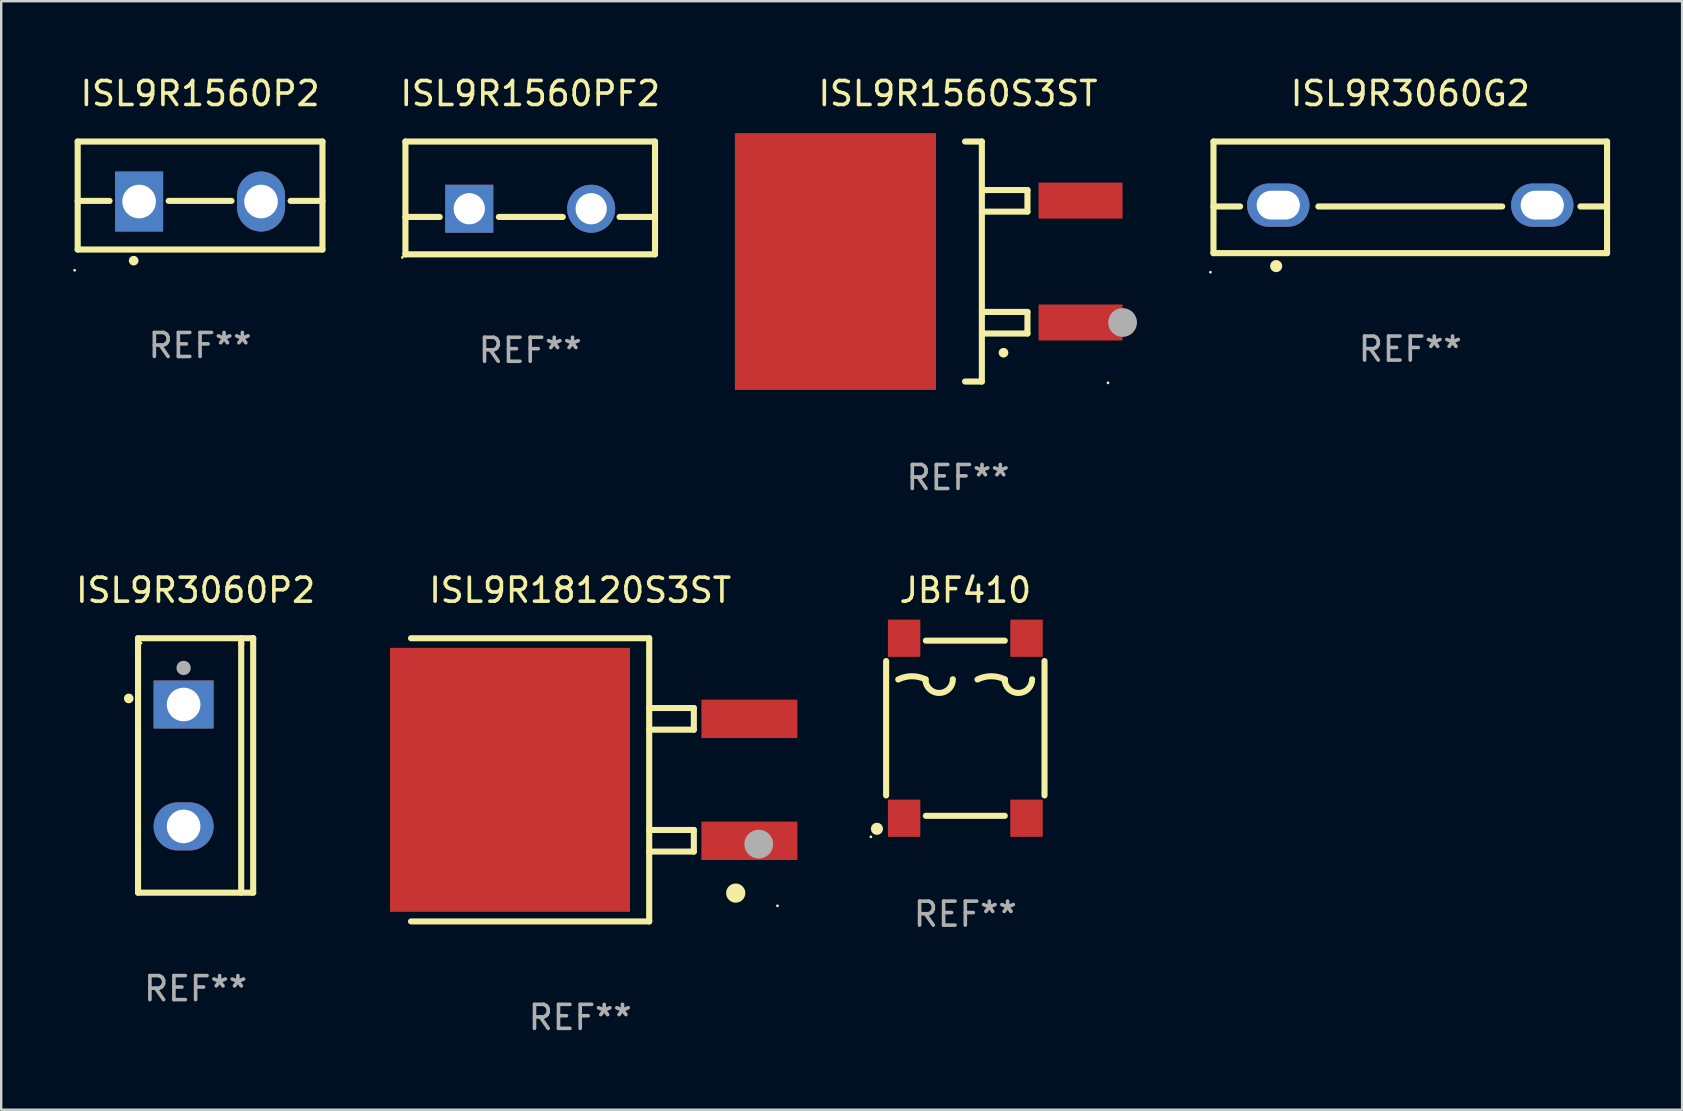
<source format=kicad_pcb>
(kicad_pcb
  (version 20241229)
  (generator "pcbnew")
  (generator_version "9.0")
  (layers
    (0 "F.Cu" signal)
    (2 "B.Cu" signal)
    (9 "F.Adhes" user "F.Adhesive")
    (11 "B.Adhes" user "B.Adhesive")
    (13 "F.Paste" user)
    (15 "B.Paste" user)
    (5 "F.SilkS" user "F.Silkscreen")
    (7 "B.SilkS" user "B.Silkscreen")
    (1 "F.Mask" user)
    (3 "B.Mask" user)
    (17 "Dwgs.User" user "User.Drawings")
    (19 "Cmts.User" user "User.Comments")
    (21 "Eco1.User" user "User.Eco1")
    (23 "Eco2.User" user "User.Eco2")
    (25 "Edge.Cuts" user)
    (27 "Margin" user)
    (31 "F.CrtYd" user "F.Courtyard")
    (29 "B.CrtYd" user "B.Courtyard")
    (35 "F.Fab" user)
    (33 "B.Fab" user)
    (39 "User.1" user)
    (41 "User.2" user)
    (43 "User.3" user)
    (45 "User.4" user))
  (footprint "ISL9R1560S3ST"
    (layer "F.Cu")
    (at 36.87 7.848)
    (property "Reference" "ISL9R1560S3ST" (at 0 -7 0) (layer "F.SilkS") (effects (font (size 1 1) (thickness 0.15))))
    (attr through_hole)
    (fp_line (start 0.293 -5) (end 0.993 -5) (stroke (width 0.254) (type solid)) (layer "F.SilkS"))
    (fp_line (start 0.993 -5) (end 0.993 5) (stroke (width 0.254) (type solid)) (layer "F.SilkS"))
    (fp_line (start 0.993 -2.08) (end 2.893 -2.08) (stroke (width 0.254) (type solid)) (layer "F.SilkS"))
    (fp_line (start 0.993 3) (end 2.893 3) (stroke (width 0.254) (type solid)) (layer "F.SilkS"))
    (fp_line (start 0.993 5) (end 0.293 5) (stroke (width 0.254) (type solid)) (layer "F.SilkS"))
    (fp_line (start 2.893 -2.98) (end 0.993 -2.98) (stroke (width 0.254) (type solid)) (layer "F.SilkS"))
    (fp_line (start 2.893 -2.08) (end 2.893 -2.98) (stroke (width 0.254) (type solid)) (layer "F.SilkS"))
    (fp_line (start 2.893 2.1) (end 0.993 2.1) (stroke (width 0.254) (type solid)) (layer "F.SilkS"))
    (fp_line (start 2.893 3) (end 2.893 2.1) (stroke (width 0.254) (type solid)) (layer "F.SilkS"))
    (fp_arc (start 1.893447 3.79986) (mid 1.894717 3.799856) (end 1.895987 3.79986) (stroke (width 0.4) (type solid)) (layer "F.SilkS"))
    (fp_circle (center 6.248 5.055) (end 6.278 5.055) (stroke (width 0.06) (type solid)) (fill no) (layer "F.SilkS"))
    (fp_circle (center 6.858 2.54) (end 7.158 2.54) (stroke (width 0.6) (type solid)) (fill no) (layer "F.Fab"))
    (fp_text user "REF**" (at 0 9 0) (layer "F.Fab") (effects (font (size 1 1) (thickness 0.15))))
    (pad "1" smd rect (at 5.107 2.54) (size 3.5 1.5) (layers "F.Cu" "F.Mask" "F.Paste"))
    (pad "2" smd rect (at -5.107 -0.000241) (size 8.38 10.7) (layers "F.Cu" "F.Mask" "F.Paste"))
    (pad "3" smd rect (at 5.106 -2.54) (size 3.5 1.5) (layers "F.Cu" "F.Mask" "F.Paste")))
  (footprint "ISL9R1560P2"
    (layer "F.Cu")
    (at 5.287 5.098)
    (property "Reference" "ISL9R1560P2" (at 0 -4.25 0) (layer "F.SilkS") (effects (font (size 1 1) (thickness 0.15))))
    (attr through_hole)
    (fp_line (start -5.1 -2.25) (end -5.1 2.25) (stroke (width 0.254) (type solid)) (layer "F.SilkS"))
    (fp_line (start -5.1 0.224) (end -3.772 0.224) (stroke (width 0.254) (type solid)) (layer "F.SilkS"))
    (fp_line (start -5.1 2.25) (end 5.1 2.25) (stroke (width 0.254) (type solid)) (layer "F.SilkS"))
    (fp_line (start -1.308 0.224) (end 1.309 0.224) (stroke (width 0.254) (type solid)) (layer "F.SilkS"))
    (fp_line (start 3.771 0.224) (end 5.1 0.224) (stroke (width 0.254) (type solid)) (layer "F.SilkS"))
    (fp_line (start 5.1 -2.25) (end -5.1 -2.25) (stroke (width 0.254) (type solid)) (layer "F.SilkS"))
    (fp_line (start 5.1 -2.25) (end 5.1 2.25) (stroke (width 0.254) (type solid)) (layer "F.SilkS"))
    (fp_arc (start -2.768606 2.713805) (mid -2.767336 2.713801) (end -2.766066 2.713805) (stroke (width 0.4) (type solid)) (layer "F.SilkS"))
    (fp_circle (center -5.227 3.114) (end -5.197 3.114) (stroke (width 0.06) (type solid)) (fill no) (layer "F.SilkS"))
    (fp_text user "REF**" (at 0 6.25 0) (layer "F.Fab") (effects (font (size 1 1) (thickness 0.15))))
    (pad "1" thru_hole rect (at -2.54 0.25) (size 2 2.5) (drill 1.4) (layers "*.Cu" "*.Mask"))
    (pad "3" thru_hole oval (at 2.54 0.25) (size 2 2.5) (drill 1.4) (layers "*.Cu" "*.Mask")))
  (footprint "ISL9R3060P2"
    (layer "F.Cu")
    (at 5.101 28.846)
    (property "Reference" "ISL9R3060P2" (at 0 -7.301 0) (layer "F.SilkS") (effects (font (size 1 1) (thickness 0.15))))
    (attr through_hole)
    (fp_line (start -2.399 -5.301) (end 2.394 -5.301) (stroke (width 0.254) (type solid)) (layer "F.SilkS"))
    (fp_line (start -2.399 5.301) (end -2.399 -5.301) (stroke (width 0.254) (type solid)) (layer "F.SilkS"))
    (fp_line (start 1.9 -5.061) (end 1.9 -5.3) (stroke (width 0.254) (type solid)) (layer "F.SilkS"))
    (fp_line (start 1.9 5.3) (end 1.9 -5.061) (stroke (width 0.254) (type solid)) (layer "F.SilkS"))
    (fp_line (start 2.394 -5.301) (end 2.399 -5.301) (stroke (width 0.254) (type solid)) (layer "F.SilkS"))
    (fp_line (start 2.399 -5.301) (end 2.399 5.301) (stroke (width 0.254) (type solid)) (layer "F.SilkS"))
    (fp_line (start 2.399 5.301) (end -2.399 5.301) (stroke (width 0.254) (type solid)) (layer "F.SilkS"))
    (fp_arc (start -2.786043 -2.791466) (mid -2.786047 -2.792736) (end -2.786043 -2.794006) (stroke (width 0.4) (type solid)) (layer "F.SilkS"))
    (fp_circle (center -2.275 -5.1) (end -2.245 -5.1) (stroke (width 0.06) (type solid)) (fill no) (layer "F.SilkS"))
    (fp_circle (center -0.5 -4.064) (end -0.35 -4.064) (stroke (width 0.3) (type solid)) (fill no) (layer "F.Fab"))
    (fp_text user "REF**" (at 0 9.301 0) (layer "F.Fab") (effects (font (size 1 1) (thickness 0.15))))
    (pad "1" thru_hole rect (at -0.5 -2.54 270) (size 2 2.5) (drill 1.4) (layers "*.Cu" "*.Mask"))
    (pad "3" thru_hole oval (at -0.5 2.54 270) (size 2 2.5) (drill 1.4) (layers "*.Cu" "*.Mask")))
  (footprint "JBF410"
    (layer "F.Cu")
    (at 37.174 27.295)
    (property "Reference" "JBF410" (at 0 -5.75 0) (layer "F.SilkS") (effects (font (size 1 1) (thickness 0.15))))
    (attr through_hole)
    (fp_line (start -3.3 -2.8) (end -3.3 2.8) (stroke (width 0.254) (type solid)) (layer "F.SilkS"))
    (fp_line (start -1.644 -3.65) (end 1.644 -3.65) (stroke (width 0.254) (type solid)) (layer "F.SilkS"))
    (fp_line (start -1.644 3.65) (end 1.644 3.65) (stroke (width 0.254) (type solid)) (layer "F.SilkS"))
    (fp_line (start 3.3 -2.8) (end 3.3 2.8) (stroke (width 0.254) (type solid)) (layer "F.SilkS"))
    (fp_arc (start -2.794006 -2.032004) (mid -2.222505 -2.166918) (end -1.651004 -2.032005) (stroke (width 0.254001) (type solid)) (layer "F.SilkS"))
    (fp_arc (start -0.518999 -2.040589) (mid -1.0905 -1.469088) (end -1.662001 -2.040589) (stroke (width 0.254001) (type solid)) (layer "F.SilkS"))
    (fp_arc (start 0.508001 -2.032004) (mid 1.079502 -2.166917) (end 1.651003 -2.032004) (stroke (width 0.254001) (type solid)) (layer "F.SilkS"))
    (fp_arc (start 2.783007 -2.040589) (mid 2.211506 -1.469088) (end 1.640005 -2.040589) (stroke (width 0.254001) (type solid)) (layer "F.SilkS"))
    (fp_circle (center -3.937 4.525) (end -3.907 4.525) (stroke (width 0.06) (type solid)) (fill no) (layer "F.SilkS"))
    (fp_circle (center -3.683 4.191) (end -3.556 4.191) (stroke (width 0.254) (type solid)) (fill no) (layer "F.SilkS"))
    (fp_text user "-" (at 1.27 2.667 0) (layer "B.Mask") (effects (font (size 1 1) (thickness 0.15))))
    (fp_text user "+" (at -2.54 2.667 0) (layer "B.Mask") (effects (font (size 1 1) (thickness 0.15))))
    (fp_text user "REF**" (at 0 7.75 0) (layer "F.Fab") (effects (font (size 1 1) (thickness 0.15))))
    (pad "1" smd rect (at -2.55 3.75) (size 1.35 1.55) (layers "F.Cu" "F.Mask" "F.Paste"))
    (pad "2" smd rect (at -2.55 -3.75) (size 1.35 1.55) (layers "F.Cu" "F.Mask" "F.Paste"))
    (pad "3" smd rect (at 2.55 3.75) (size 1.35 1.55) (layers "F.Cu" "F.Mask" "F.Paste"))
    (pad "4" smd rect (at 2.55 -3.75) (size 1.35 1.55) (layers "F.Cu" "F.Mask" "F.Paste")))
  (footprint "ISL9R3060G2"
    (layer "F.Cu")
    (at 55.715 5.173)
    (property "Reference" "ISL9R3060G2" (at 0 -4.325 0) (layer "F.SilkS") (effects (font (size 1 1) (thickness 0.15))))
    (attr through_hole)
    (fp_line (start -8.2 -2.325) (end -8.2 2.325) (stroke (width 0.254) (type solid)) (layer "F.SilkS"))
    (fp_line (start -8.2 -2.325) (end 8.2 -2.325) (stroke (width 0.254) (type solid)) (layer "F.SilkS"))
    (fp_line (start -8.2 0.38) (end -7.09 0.38) (stroke (width 0.254) (type solid)) (layer "F.SilkS"))
    (fp_line (start -8.2 2.325) (end 8.2 2.325) (stroke (width 0.254) (type solid)) (layer "F.SilkS"))
    (fp_line (start -3.83 0.38) (end 3.83 0.38) (stroke (width 0.254) (type solid)) (layer "F.SilkS"))
    (fp_line (start 7.09 0.38) (end 8.2 0.38) (stroke (width 0.254) (type solid)) (layer "F.SilkS"))
    (fp_line (start 8.2 -2.325) (end 8.2 2.325) (stroke (width 0.254) (type solid)) (layer "F.SilkS"))
    (fp_circle (center -8.327 3.119) (end -8.297 3.119) (stroke (width 0.06) (type solid)) (fill no) (layer "F.SilkS"))
    (fp_circle (center -5.588 2.865) (end -5.461 2.865) (stroke (width 0.254) (type solid)) (fill no) (layer "F.SilkS"))
    (fp_text user "REF**" (at 0 6.325 0) (layer "F.Fab") (effects (font (size 1 1) (thickness 0.15))))
    (pad "1" thru_hole oval (at -5.5 0.325) (size 2.6 1.8) (drill oval 1.8 1.2) (layers "*.Cu" "*.Mask"))
    (pad "3" thru_hole oval (at 5.5 0.325) (size 2.6 1.8) (drill oval 1.8 1.2) (layers "*.Cu" "*.Mask")))
  (footprint "ISL9R18120S3ST"
    (layer "F.Cu")
    (at 21.127 29.445)
    (property "Reference" "ISL9R18120S3ST" (at 0 -7.9 0) (layer "F.SilkS") (effects (font (size 1 1) (thickness 0.15))))
    (attr through_hole)
    (fp_line (start -7.05 5.9) (end 2.875 5.9) (stroke (width 0.254) (type solid)) (layer "F.SilkS"))
    (fp_line (start 2.875 -5.9) (end -7.05 -5.9) (stroke (width 0.254) (type solid)) (layer "F.SilkS"))
    (fp_line (start 2.875 -5.9) (end 2.875 5.9) (stroke (width 0.254) (type solid)) (layer "F.SilkS"))
    (fp_line (start 2.875 -2.991) (end 4.735 -2.991) (stroke (width 0.254) (type solid)) (layer "F.SilkS"))
    (fp_line (start 2.875 2.089) (end 4.735 2.089) (stroke (width 0.254) (type solid)) (layer "F.SilkS"))
    (fp_line (start 4.735 -2.991) (end 4.735 -2.09) (stroke (width 0.254) (type solid)) (layer "F.SilkS"))
    (fp_line (start 4.735 -2.09) (end 2.875 -2.09) (stroke (width 0.254) (type solid)) (layer "F.SilkS"))
    (fp_line (start 4.735 2.089) (end 4.735 2.99) (stroke (width 0.254) (type solid)) (layer "F.SilkS"))
    (fp_line (start 4.735 2.99) (end 2.875 2.99) (stroke (width 0.254) (type solid)) (layer "F.SilkS"))
    (fp_circle (center 6.48 4.72) (end 6.68 4.72) (stroke (width 0.4) (type solid)) (fill no) (layer "F.SilkS"))
    (fp_circle (center 8.22 5.25) (end 8.25 5.25) (stroke (width 0.06) (type solid)) (fill no) (layer "F.SilkS"))
    (fp_circle (center 7.44 2.68) (end 7.74 2.68) (stroke (width 0.6) (type solid)) (fill no) (layer "F.Fab"))
    (fp_text user "REF**" (at 0 9.9 0) (layer "F.Fab") (effects (font (size 1 1) (thickness 0.15))))
    (pad "1" smd rect (at 7.05 2.54) (size 4 1.6) (layers "F.Cu" "F.Mask" "F.Paste"))
    (pad "2" smd rect (at 7.05 -2.54) (size 4 1.6) (layers "F.Cu" "F.Mask" "F.Paste"))
    (pad "3" smd rect (at -2.925 0.000102) (size 10 11) (layers "F.Cu" "F.Mask" "F.Paste")))
  (footprint "ISL9R1560PF2"
    (layer "F.Cu")
    (at 19.044 5.198)
    (property "Reference" "ISL9R1560PF2" (at 0 -4.35 0) (layer "F.SilkS") (effects (font (size 1 1) (thickness 0.15))))
    (attr through_hole)
    (fp_line (start -5.2 -2.35) (end -5.2 2.35) (stroke (width 0.254) (type solid)) (layer "F.SilkS"))
    (fp_line (start -5.2 -2.35) (end 5.2 -2.35) (stroke (width 0.254) (type solid)) (layer "F.SilkS"))
    (fp_line (start -5.2 0.792) (end -3.771 0.792) (stroke (width 0.254) (type solid)) (layer "F.SilkS"))
    (fp_line (start -5.2 2.35) (end 5.2 2.35) (stroke (width 0.254) (type solid)) (layer "F.SilkS"))
    (fp_line (start -1.309 0.792) (end 1.357 0.792) (stroke (width 0.254) (type solid)) (layer "F.SilkS"))
    (fp_line (start 3.723 0.792) (end 5.2 0.792) (stroke (width 0.254) (type solid)) (layer "F.SilkS"))
    (fp_line (start 5.2 -2.35) (end 5.2 2.35) (stroke (width 0.254) (type solid)) (layer "F.SilkS"))
    (fp_circle (center -5.327 2.477) (end -5.297 2.477) (stroke (width 0.06) (type solid)) (fill no) (layer "F.SilkS"))
    (fp_text user "REF**" (at 0 6.35 0) (layer "F.Fab") (effects (font (size 1 1) (thickness 0.15))))
    (pad "1" thru_hole rect (at -2.54 0.45) (size 2 2) (drill 1.3) (layers "*.Cu" "*.Mask"))
    (pad "2" thru_hole circle (at 2.54 0.45) (size 2 2) (drill 1.3) (layers "*.Cu" "*.Mask")))
  (gr_rect
    (start -3 -3)
    (end 67.042 43.193)
    (stroke (width 0.1) (type default))
    (fill no)
    (layer "Edge.Cuts")))
</source>
